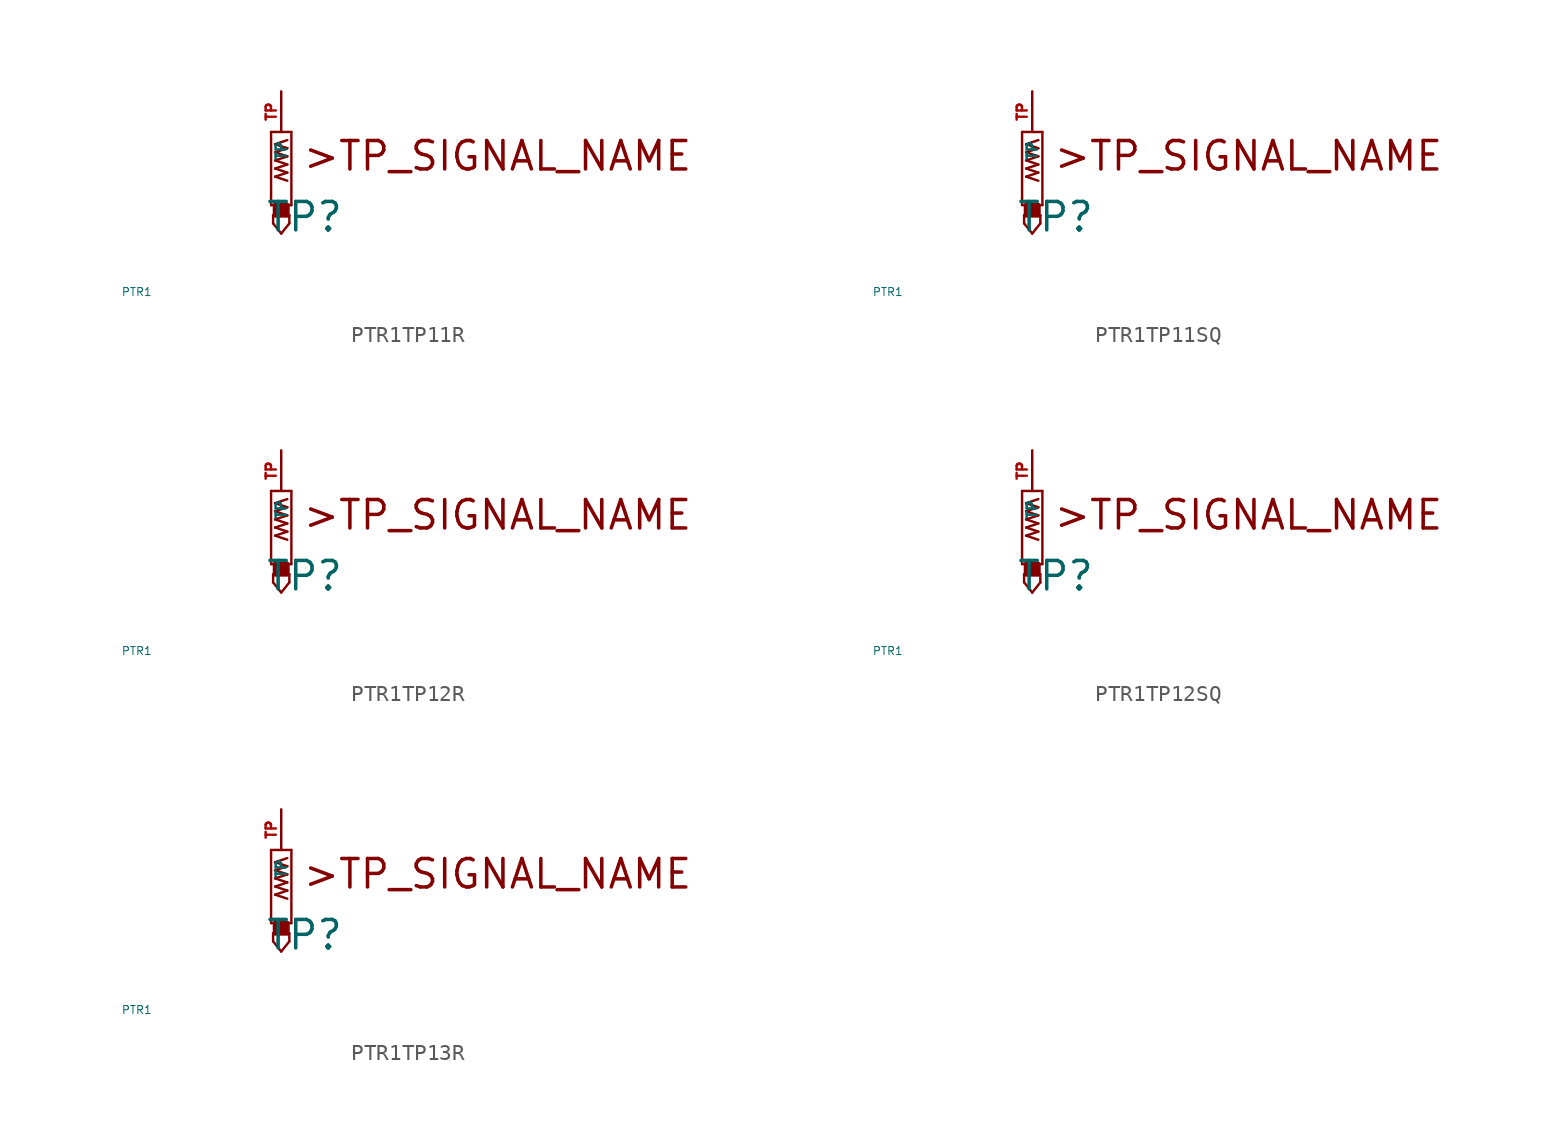
<source format=kicad_sym>
(kicad_symbol_lib
  (version 20220914)
  (generator Eagle2Kicad)
  (symbol "PTR1TP11R"
    (property "Reference" "TP"
      (at -1.016 -6.35 0)
      (effects (font (size 1.778 1.778) (thickness 0.22)) (justify left bottom)))
    (property "Value" "PTR1"
      (at -10 -10 0)
      (effects (font (size 0.5 0.5) (thickness 0.06)) (justify left)))
    (polyline
      (pts (xy 0.635 -4.572) (xy -0.635 -4.572))
      (stroke (width 0.152) (type default))
      (fill (type none)))
    (polyline
      (pts (xy 0.635 -4.572) (xy 0.635 0))
      (stroke (width 0.152) (type default))
      (fill (type none)))
    (polyline
      (pts (xy 0.635 0) (xy -0.635 0))
      (stroke (width 0.152) (type default))
      (fill (type none)))
    (polyline
      (pts (xy -0.635 0) (xy -0.635 -4.572))
      (stroke (width 0.152) (type default))
      (fill (type none)))
    (polyline
      (pts (xy 0.381 -3.048) (xy -0.381 -2.794))
      (stroke (width 0.152) (type default))
      (fill (type none)))
    (polyline
      (pts (xy -0.381 -2.794) (xy 0.381 -2.54))
      (stroke (width 0.152) (type default))
      (fill (type none)))
    (polyline
      (pts (xy 0.381 -2.54) (xy -0.381 -2.286))
      (stroke (width 0.152) (type default))
      (fill (type none)))
    (polyline
      (pts (xy -0.381 -2.286) (xy 0.381 -2.032))
      (stroke (width 0.152) (type default))
      (fill (type none)))
    (polyline
      (pts (xy 0.381 -2.032) (xy -0.381 -1.778))
      (stroke (width 0.152) (type default))
      (fill (type none)))
    (polyline
      (pts (xy -0.381 -1.778) (xy 0.381 -1.524))
      (stroke (width 0.152) (type default))
      (fill (type none)))
    (polyline
      (pts (xy 0.381 -1.524) (xy -0.381 -1.27))
      (stroke (width 0.152) (type default))
      (fill (type none)))
    (polyline
      (pts (xy -0.381 -1.27) (xy 0.381 -1.016))
      (stroke (width 0.152) (type default))
      (fill (type none)))
    (polyline
      (pts (xy 0.381 -1.016) (xy -0.381 -0.762))
      (stroke (width 0.152) (type default))
      (fill (type none)))
    (polyline
      (pts (xy -0.381 -0.762) (xy 0.381 -0.508))
      (stroke (width 0.152) (type default))
      (fill (type none)))
    (polyline
      (pts (xy 0.508 -5.207) (xy -0.508 -5.207))
      (stroke (width 0.152) (type default))
      (fill (type none)))
    (polyline
      (pts (xy -0.508 -5.207) (xy -0.508 -5.715))
      (stroke (width 0.152) (type default))
      (fill (type none)))
    (polyline
      (pts (xy -0.508 -5.715) (xy 0 -6.35))
      (stroke (width 0.152) (type default))
      (fill (type none)))
    (polyline
      (pts (xy 0 -6.35) (xy 0.508 -5.715))
      (stroke (width 0.152) (type default))
      (fill (type none)))
    (polyline
      (pts (xy 0.508 -5.715) (xy 0.508 -5.207))
      (stroke (width 0.152) (type default))
      (fill (type none)))
    (text ">TP_SIGNAL_NAME"
      (at 1.27 -2.54 0)
      (effects (font (size 1.778 1.778) (thickness 0.22)) (justify left bottom)))
    (rectangle
      (start -0.381 -5.207)
      (end 0.381 -4.572)
      (stroke (width 0.3) (type default))
      (fill (type outline)))
    (pin input line
      (at 0 2.54 270)
      (length 2.54)
      (name "TP" (effects (font (size 0.635 0.635) (thickness 0.08)) (justify left bottom)))
      (number "TP" (effects (font (size 0.635 0.635) (thickness 0.08)) (justify left bottom)))))
  (symbol "PTR1TP11SQ"
    (property "Reference" "TP"
      (at -1.016 -6.35 0)
      (effects (font (size 1.778 1.778) (thickness 0.22)) (justify left bottom)))
    (property "Value" "PTR1"
      (at -10 -10 0)
      (effects (font (size 0.5 0.5) (thickness 0.06)) (justify left)))
    (polyline
      (pts (xy 0.635 -4.572) (xy -0.635 -4.572))
      (stroke (width 0.152) (type default))
      (fill (type none)))
    (polyline
      (pts (xy 0.635 -4.572) (xy 0.635 0))
      (stroke (width 0.152) (type default))
      (fill (type none)))
    (polyline
      (pts (xy 0.635 0) (xy -0.635 0))
      (stroke (width 0.152) (type default))
      (fill (type none)))
    (polyline
      (pts (xy -0.635 0) (xy -0.635 -4.572))
      (stroke (width 0.152) (type default))
      (fill (type none)))
    (polyline
      (pts (xy 0.381 -3.048) (xy -0.381 -2.794))
      (stroke (width 0.152) (type default))
      (fill (type none)))
    (polyline
      (pts (xy -0.381 -2.794) (xy 0.381 -2.54))
      (stroke (width 0.152) (type default))
      (fill (type none)))
    (polyline
      (pts (xy 0.381 -2.54) (xy -0.381 -2.286))
      (stroke (width 0.152) (type default))
      (fill (type none)))
    (polyline
      (pts (xy -0.381 -2.286) (xy 0.381 -2.032))
      (stroke (width 0.152) (type default))
      (fill (type none)))
    (polyline
      (pts (xy 0.381 -2.032) (xy -0.381 -1.778))
      (stroke (width 0.152) (type default))
      (fill (type none)))
    (polyline
      (pts (xy -0.381 -1.778) (xy 0.381 -1.524))
      (stroke (width 0.152) (type default))
      (fill (type none)))
    (polyline
      (pts (xy 0.381 -1.524) (xy -0.381 -1.27))
      (stroke (width 0.152) (type default))
      (fill (type none)))
    (polyline
      (pts (xy -0.381 -1.27) (xy 0.381 -1.016))
      (stroke (width 0.152) (type default))
      (fill (type none)))
    (polyline
      (pts (xy 0.381 -1.016) (xy -0.381 -0.762))
      (stroke (width 0.152) (type default))
      (fill (type none)))
    (polyline
      (pts (xy -0.381 -0.762) (xy 0.381 -0.508))
      (stroke (width 0.152) (type default))
      (fill (type none)))
    (polyline
      (pts (xy 0.508 -5.207) (xy -0.508 -5.207))
      (stroke (width 0.152) (type default))
      (fill (type none)))
    (polyline
      (pts (xy -0.508 -5.207) (xy -0.508 -5.715))
      (stroke (width 0.152) (type default))
      (fill (type none)))
    (polyline
      (pts (xy -0.508 -5.715) (xy 0 -6.35))
      (stroke (width 0.152) (type default))
      (fill (type none)))
    (polyline
      (pts (xy 0 -6.35) (xy 0.508 -5.715))
      (stroke (width 0.152) (type default))
      (fill (type none)))
    (polyline
      (pts (xy 0.508 -5.715) (xy 0.508 -5.207))
      (stroke (width 0.152) (type default))
      (fill (type none)))
    (text ">TP_SIGNAL_NAME"
      (at 1.27 -2.54 0)
      (effects (font (size 1.778 1.778) (thickness 0.22)) (justify left bottom)))
    (rectangle
      (start -0.381 -5.207)
      (end 0.381 -4.572)
      (stroke (width 0.3) (type default))
      (fill (type outline)))
    (pin input line
      (at 0 2.54 270)
      (length 2.54)
      (name "TP" (effects (font (size 0.635 0.635) (thickness 0.08)) (justify left bottom)))
      (number "TP" (effects (font (size 0.635 0.635) (thickness 0.08)) (justify left bottom)))))
  (symbol "PTR1TP12R"
    (property "Reference" "TP"
      (at -1.016 -6.35 0)
      (effects (font (size 1.778 1.778) (thickness 0.22)) (justify left bottom)))
    (property "Value" "PTR1"
      (at -10 -10 0)
      (effects (font (size 0.5 0.5) (thickness 0.06)) (justify left)))
    (polyline
      (pts (xy 0.635 -4.572) (xy -0.635 -4.572))
      (stroke (width 0.152) (type default))
      (fill (type none)))
    (polyline
      (pts (xy 0.635 -4.572) (xy 0.635 0))
      (stroke (width 0.152) (type default))
      (fill (type none)))
    (polyline
      (pts (xy 0.635 0) (xy -0.635 0))
      (stroke (width 0.152) (type default))
      (fill (type none)))
    (polyline
      (pts (xy -0.635 0) (xy -0.635 -4.572))
      (stroke (width 0.152) (type default))
      (fill (type none)))
    (polyline
      (pts (xy 0.381 -3.048) (xy -0.381 -2.794))
      (stroke (width 0.152) (type default))
      (fill (type none)))
    (polyline
      (pts (xy -0.381 -2.794) (xy 0.381 -2.54))
      (stroke (width 0.152) (type default))
      (fill (type none)))
    (polyline
      (pts (xy 0.381 -2.54) (xy -0.381 -2.286))
      (stroke (width 0.152) (type default))
      (fill (type none)))
    (polyline
      (pts (xy -0.381 -2.286) (xy 0.381 -2.032))
      (stroke (width 0.152) (type default))
      (fill (type none)))
    (polyline
      (pts (xy 0.381 -2.032) (xy -0.381 -1.778))
      (stroke (width 0.152) (type default))
      (fill (type none)))
    (polyline
      (pts (xy -0.381 -1.778) (xy 0.381 -1.524))
      (stroke (width 0.152) (type default))
      (fill (type none)))
    (polyline
      (pts (xy 0.381 -1.524) (xy -0.381 -1.27))
      (stroke (width 0.152) (type default))
      (fill (type none)))
    (polyline
      (pts (xy -0.381 -1.27) (xy 0.381 -1.016))
      (stroke (width 0.152) (type default))
      (fill (type none)))
    (polyline
      (pts (xy 0.381 -1.016) (xy -0.381 -0.762))
      (stroke (width 0.152) (type default))
      (fill (type none)))
    (polyline
      (pts (xy -0.381 -0.762) (xy 0.381 -0.508))
      (stroke (width 0.152) (type default))
      (fill (type none)))
    (polyline
      (pts (xy 0.508 -5.207) (xy -0.508 -5.207))
      (stroke (width 0.152) (type default))
      (fill (type none)))
    (polyline
      (pts (xy -0.508 -5.207) (xy -0.508 -5.715))
      (stroke (width 0.152) (type default))
      (fill (type none)))
    (polyline
      (pts (xy -0.508 -5.715) (xy 0 -6.35))
      (stroke (width 0.152) (type default))
      (fill (type none)))
    (polyline
      (pts (xy 0 -6.35) (xy 0.508 -5.715))
      (stroke (width 0.152) (type default))
      (fill (type none)))
    (polyline
      (pts (xy 0.508 -5.715) (xy 0.508 -5.207))
      (stroke (width 0.152) (type default))
      (fill (type none)))
    (text ">TP_SIGNAL_NAME"
      (at 1.27 -2.54 0)
      (effects (font (size 1.778 1.778) (thickness 0.22)) (justify left bottom)))
    (rectangle
      (start -0.381 -5.207)
      (end 0.381 -4.572)
      (stroke (width 0.3) (type default))
      (fill (type outline)))
    (pin input line
      (at 0 2.54 270)
      (length 2.54)
      (name "TP" (effects (font (size 0.635 0.635) (thickness 0.08)) (justify left bottom)))
      (number "TP" (effects (font (size 0.635 0.635) (thickness 0.08)) (justify left bottom)))))
  (symbol "PTR1TP12SQ"
    (property "Reference" "TP"
      (at -1.016 -6.35 0)
      (effects (font (size 1.778 1.778) (thickness 0.22)) (justify left bottom)))
    (property "Value" "PTR1"
      (at -10 -10 0)
      (effects (font (size 0.5 0.5) (thickness 0.06)) (justify left)))
    (polyline
      (pts (xy 0.635 -4.572) (xy -0.635 -4.572))
      (stroke (width 0.152) (type default))
      (fill (type none)))
    (polyline
      (pts (xy 0.635 -4.572) (xy 0.635 0))
      (stroke (width 0.152) (type default))
      (fill (type none)))
    (polyline
      (pts (xy 0.635 0) (xy -0.635 0))
      (stroke (width 0.152) (type default))
      (fill (type none)))
    (polyline
      (pts (xy -0.635 0) (xy -0.635 -4.572))
      (stroke (width 0.152) (type default))
      (fill (type none)))
    (polyline
      (pts (xy 0.381 -3.048) (xy -0.381 -2.794))
      (stroke (width 0.152) (type default))
      (fill (type none)))
    (polyline
      (pts (xy -0.381 -2.794) (xy 0.381 -2.54))
      (stroke (width 0.152) (type default))
      (fill (type none)))
    (polyline
      (pts (xy 0.381 -2.54) (xy -0.381 -2.286))
      (stroke (width 0.152) (type default))
      (fill (type none)))
    (polyline
      (pts (xy -0.381 -2.286) (xy 0.381 -2.032))
      (stroke (width 0.152) (type default))
      (fill (type none)))
    (polyline
      (pts (xy 0.381 -2.032) (xy -0.381 -1.778))
      (stroke (width 0.152) (type default))
      (fill (type none)))
    (polyline
      (pts (xy -0.381 -1.778) (xy 0.381 -1.524))
      (stroke (width 0.152) (type default))
      (fill (type none)))
    (polyline
      (pts (xy 0.381 -1.524) (xy -0.381 -1.27))
      (stroke (width 0.152) (type default))
      (fill (type none)))
    (polyline
      (pts (xy -0.381 -1.27) (xy 0.381 -1.016))
      (stroke (width 0.152) (type default))
      (fill (type none)))
    (polyline
      (pts (xy 0.381 -1.016) (xy -0.381 -0.762))
      (stroke (width 0.152) (type default))
      (fill (type none)))
    (polyline
      (pts (xy -0.381 -0.762) (xy 0.381 -0.508))
      (stroke (width 0.152) (type default))
      (fill (type none)))
    (polyline
      (pts (xy 0.508 -5.207) (xy -0.508 -5.207))
      (stroke (width 0.152) (type default))
      (fill (type none)))
    (polyline
      (pts (xy -0.508 -5.207) (xy -0.508 -5.715))
      (stroke (width 0.152) (type default))
      (fill (type none)))
    (polyline
      (pts (xy -0.508 -5.715) (xy 0 -6.35))
      (stroke (width 0.152) (type default))
      (fill (type none)))
    (polyline
      (pts (xy 0 -6.35) (xy 0.508 -5.715))
      (stroke (width 0.152) (type default))
      (fill (type none)))
    (polyline
      (pts (xy 0.508 -5.715) (xy 0.508 -5.207))
      (stroke (width 0.152) (type default))
      (fill (type none)))
    (text ">TP_SIGNAL_NAME"
      (at 1.27 -2.54 0)
      (effects (font (size 1.778 1.778) (thickness 0.22)) (justify left bottom)))
    (rectangle
      (start -0.381 -5.207)
      (end 0.381 -4.572)
      (stroke (width 0.3) (type default))
      (fill (type outline)))
    (pin input line
      (at 0 2.54 270)
      (length 2.54)
      (name "TP" (effects (font (size 0.635 0.635) (thickness 0.08)) (justify left bottom)))
      (number "TP" (effects (font (size 0.635 0.635) (thickness 0.08)) (justify left bottom)))))
  (symbol "PTR1TP13R"
    (property "Reference" "TP"
      (at -1.016 -6.35 0)
      (effects (font (size 1.778 1.778) (thickness 0.22)) (justify left bottom)))
    (property "Value" "PTR1"
      (at -10 -10 0)
      (effects (font (size 0.5 0.5) (thickness 0.06)) (justify left)))
    (polyline
      (pts (xy 0.635 -4.572) (xy -0.635 -4.572))
      (stroke (width 0.152) (type default))
      (fill (type none)))
    (polyline
      (pts (xy 0.635 -4.572) (xy 0.635 0))
      (stroke (width 0.152) (type default))
      (fill (type none)))
    (polyline
      (pts (xy 0.635 0) (xy -0.635 0))
      (stroke (width 0.152) (type default))
      (fill (type none)))
    (polyline
      (pts (xy -0.635 0) (xy -0.635 -4.572))
      (stroke (width 0.152) (type default))
      (fill (type none)))
    (polyline
      (pts (xy 0.381 -3.048) (xy -0.381 -2.794))
      (stroke (width 0.152) (type default))
      (fill (type none)))
    (polyline
      (pts (xy -0.381 -2.794) (xy 0.381 -2.54))
      (stroke (width 0.152) (type default))
      (fill (type none)))
    (polyline
      (pts (xy 0.381 -2.54) (xy -0.381 -2.286))
      (stroke (width 0.152) (type default))
      (fill (type none)))
    (polyline
      (pts (xy -0.381 -2.286) (xy 0.381 -2.032))
      (stroke (width 0.152) (type default))
      (fill (type none)))
    (polyline
      (pts (xy 0.381 -2.032) (xy -0.381 -1.778))
      (stroke (width 0.152) (type default))
      (fill (type none)))
    (polyline
      (pts (xy -0.381 -1.778) (xy 0.381 -1.524))
      (stroke (width 0.152) (type default))
      (fill (type none)))
    (polyline
      (pts (xy 0.381 -1.524) (xy -0.381 -1.27))
      (stroke (width 0.152) (type default))
      (fill (type none)))
    (polyline
      (pts (xy -0.381 -1.27) (xy 0.381 -1.016))
      (stroke (width 0.152) (type default))
      (fill (type none)))
    (polyline
      (pts (xy 0.381 -1.016) (xy -0.381 -0.762))
      (stroke (width 0.152) (type default))
      (fill (type none)))
    (polyline
      (pts (xy -0.381 -0.762) (xy 0.381 -0.508))
      (stroke (width 0.152) (type default))
      (fill (type none)))
    (polyline
      (pts (xy 0.508 -5.207) (xy -0.508 -5.207))
      (stroke (width 0.152) (type default))
      (fill (type none)))
    (polyline
      (pts (xy -0.508 -5.207) (xy -0.508 -5.715))
      (stroke (width 0.152) (type default))
      (fill (type none)))
    (polyline
      (pts (xy -0.508 -5.715) (xy 0 -6.35))
      (stroke (width 0.152) (type default))
      (fill (type none)))
    (polyline
      (pts (xy 0 -6.35) (xy 0.508 -5.715))
      (stroke (width 0.152) (type default))
      (fill (type none)))
    (polyline
      (pts (xy 0.508 -5.715) (xy 0.508 -5.207))
      (stroke (width 0.152) (type default))
      (fill (type none)))
    (text ">TP_SIGNAL_NAME"
      (at 1.27 -2.54 0)
      (effects (font (size 1.778 1.778) (thickness 0.22)) (justify left bottom)))
    (rectangle
      (start -0.381 -5.207)
      (end 0.381 -4.572)
      (stroke (width 0.3) (type default))
      (fill (type outline)))
    (pin input line
      (at 0 2.54 270)
      (length 2.54)
      (name "TP" (effects (font (size 0.635 0.635) (thickness 0.08)) (justify left bottom)))
      (number "TP" (effects (font (size 0.635 0.635) (thickness 0.08)) (justify left bottom))))))
</source>
